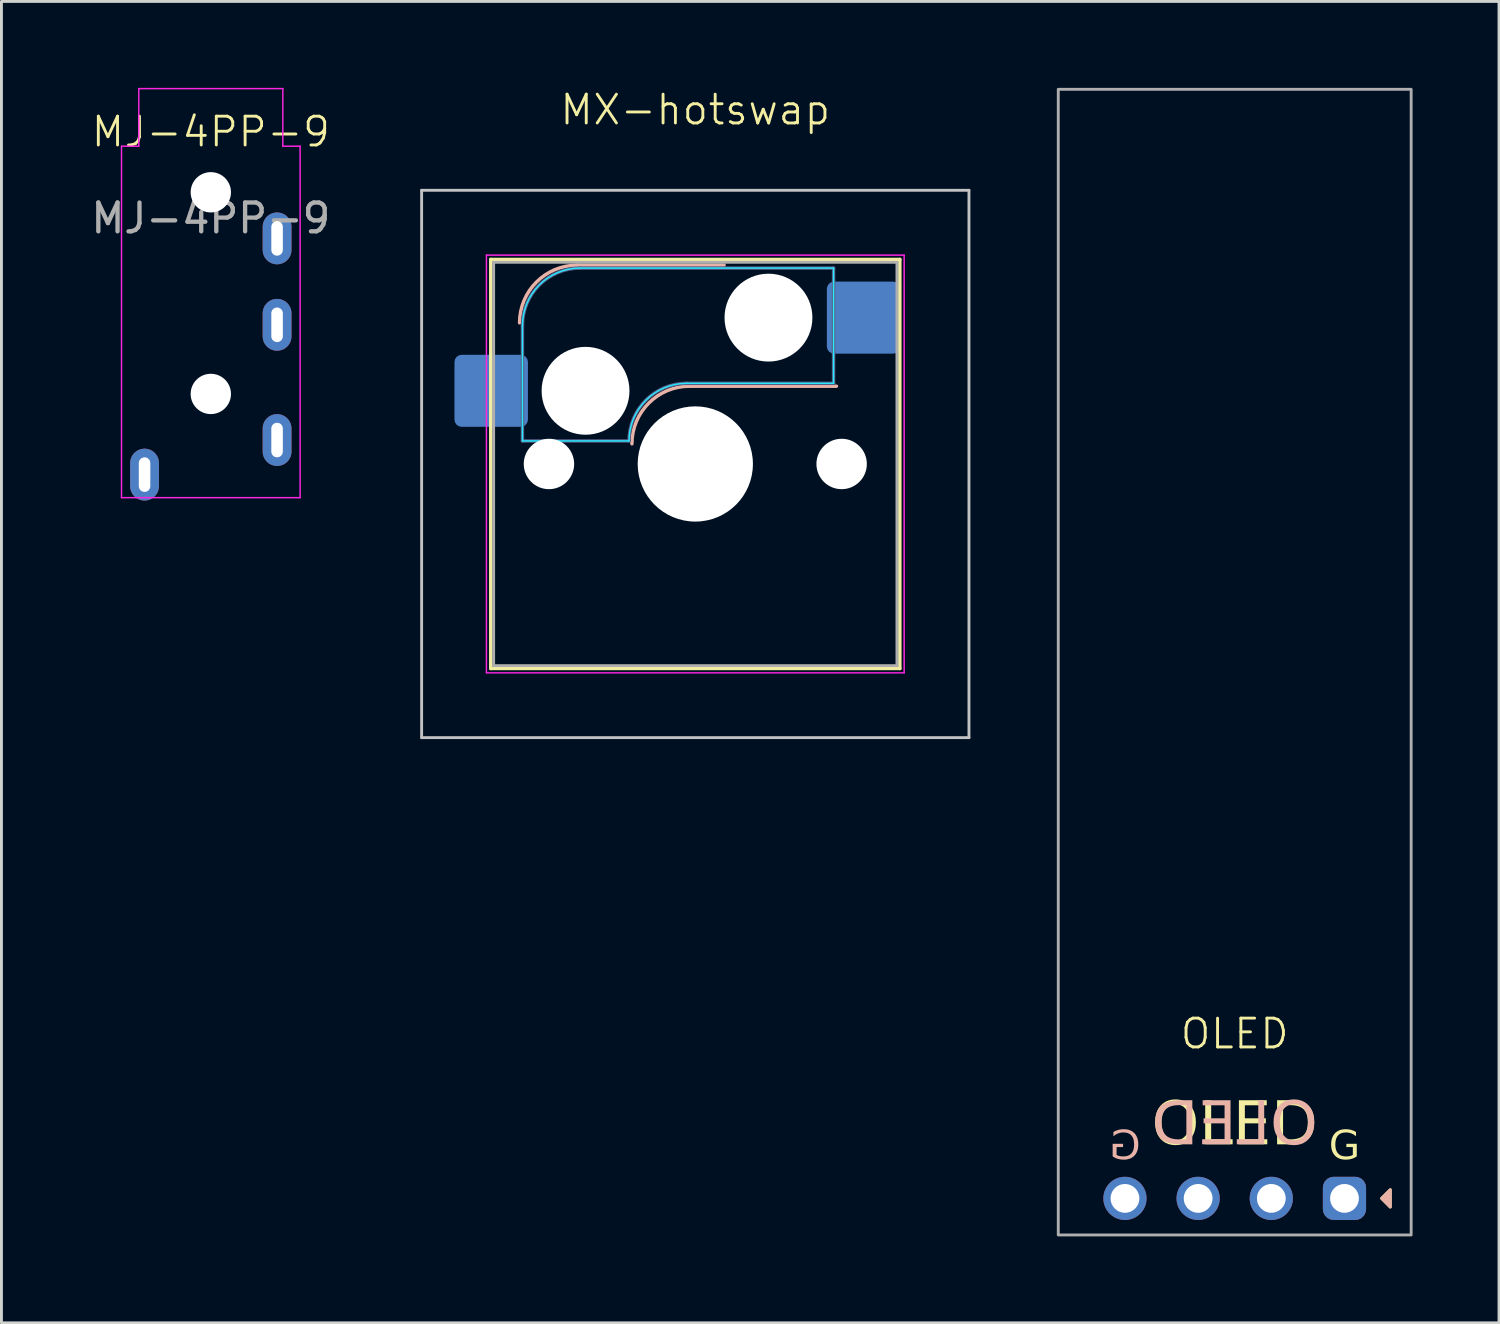
<source format=kicad_pcb>
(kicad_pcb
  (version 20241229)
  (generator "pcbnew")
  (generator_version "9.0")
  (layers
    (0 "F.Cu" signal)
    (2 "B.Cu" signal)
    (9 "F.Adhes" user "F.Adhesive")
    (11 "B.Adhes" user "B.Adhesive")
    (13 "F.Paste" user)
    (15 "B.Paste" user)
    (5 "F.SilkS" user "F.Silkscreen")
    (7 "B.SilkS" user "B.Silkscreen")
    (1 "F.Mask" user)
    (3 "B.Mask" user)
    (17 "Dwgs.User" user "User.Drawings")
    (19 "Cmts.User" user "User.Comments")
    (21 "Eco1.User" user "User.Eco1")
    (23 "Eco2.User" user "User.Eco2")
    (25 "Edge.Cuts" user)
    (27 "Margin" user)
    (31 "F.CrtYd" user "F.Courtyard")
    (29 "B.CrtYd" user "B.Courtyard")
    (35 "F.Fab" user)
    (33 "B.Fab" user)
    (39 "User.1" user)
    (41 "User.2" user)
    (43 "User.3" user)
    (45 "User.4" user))
  (footprint "OLED"
    (layer "F.Cu")
    (at 39.811 38.55)
    (property "Reference" "OLED" (at 0 -5.715 0) (unlocked yes) (layer "F.SilkS") (effects (font (size 1 1) (thickness 0.1))))
    (attr through_hole)
    (fp_poly (pts (xy 5.1 0) (xy 5.4 -0.3) (xy 5.4 0.3)) (stroke (width 0.1) (type solid)) (fill yes) (layer "F.SilkS"))
    (fp_poly (pts (xy 5.1 0) (xy 5.4 -0.3) (xy 5.4 0.3)) (stroke (width 0.1) (type solid)) (fill yes) (layer "B.SilkS"))
    (fp_rect (start -6.125 -38.5) (end 6.125 1.27) (stroke (width 0.1) (type default)) (fill no) (layer "F.Fab"))
    (fp_text user "OLED" (at 0 -2.5 0) (unlocked yes) (layer "F.SilkS") (effects (font (face "M+ 1c medium") (size 1.5 1.5) (thickness 0.15))))
    (fp_text user "G" (at 3.81 -1.778 0) (unlocked yes) (layer "F.SilkS") (effects (font (face "M+ 1c medium") (size 1 1) (thickness 0.15))))
    (fp_text user "OLED" (at 0 -2.5 0) (unlocked yes) (layer "B.SilkS") (effects (font (face "M+ 1c medium") (size 1.5 1.5) (thickness 0.15)) (justify mirror)))
    (fp_text user "G" (at -3.81 -1.778 0) (unlocked yes) (layer "B.SilkS") (effects (font (face "M+ 1c medium") (size 1 1) (thickness 0.15)) (justify mirror)))
    (pad "1" thru_hole circle (at -3.81 0) (size 1.5 1.5) (drill 1) (layers "*.Cu" "*.Mask"))
    (pad "2" thru_hole circle (at -1.27 0) (size 1.5 1.5) (drill 1) (layers "*.Cu" "*.Mask"))
    (pad "3" thru_hole circle (at 1.27 0) (size 1.5 1.5) (drill 1) (layers "*.Cu" "*.Mask"))
    (pad "4" thru_hole roundrect (at 3.81 0) (size 1.5 1.5) (drill 1) (layers "*.Cu" "*.Mask") (roundrect_rratio 0.25)))
  (footprint "MJ-4PP-9"
    (layer "F.Cu")
    (at 4.268 2.025)
    (property "Reference" "MJ-4PP-9" (at 0 -0.5 0) (unlocked yes) (layer "F.SilkS") (effects (font (size 1 1) (thickness 0.1))))
    (attr through_hole)
    (fp_line (start -3.1 12.2) (end -3.1 0) (stroke (width 0.05) (type default)) (layer "F.CrtYd"))
    (fp_line (start -2.5 -2) (end 2.5 -2) (stroke (width 0.05) (type default)) (layer "F.CrtYd"))
    (fp_line (start -2.5 0) (end -3.1 0) (stroke (width 0.05) (type default)) (layer "F.CrtYd"))
    (fp_line (start -2.5 0) (end -2.5 -2) (stroke (width 0.05) (type default)) (layer "F.CrtYd"))
    (fp_line (start 2.5 -2) (end 2.5 0) (stroke (width 0.05) (type default)) (layer "F.CrtYd"))
    (fp_line (start 2.5 0) (end 3.1 0) (stroke (width 0.05) (type default)) (layer "F.CrtYd"))
    (fp_line (start 3.1 0) (end 3.1 12.2) (stroke (width 0.05) (type default)) (layer "F.CrtYd"))
    (fp_line (start 3.1 12.2) (end -3.1 12.2) (stroke (width 0.05) (type default)) (layer "F.CrtYd"))
    (fp_text user "${REFERENCE}" (at 0 2.5 0) (unlocked yes) (layer "F.Fab") (effects (font (size 1 1) (thickness 0.15))))
    (pad "" np_thru_hole circle (at 0 1.6) (size 1.4 1.4) (drill 1.4) (layers "*.Cu" "*.Mask"))
    (pad "" np_thru_hole circle (at 0 8.6) (size 1.4 1.4) (drill 1.4) (layers "*.Cu" "*.Mask"))
    (pad "1" thru_hole oval (at -2.3 11.4) (size 1 1.8) (drill oval 0.4 1.2) (layers "*.Cu" "*.Mask"))
    (pad "2" thru_hole oval (at 2.3 10.2) (size 1 1.8) (drill oval 0.4 1.2) (layers "*.Cu" "*.Mask"))
    (pad "3" thru_hole oval (at 2.3 6.2) (size 1 1.8) (drill oval 0.4 1.2) (layers "*.Cu" "*.Mask"))
    (pad "4" thru_hole oval (at 2.3 3.2) (size 1 1.8) (drill oval 0.4 1.2) (layers "*.Cu" "*.Mask")))
  (footprint "MX-hotswap"
    (layer "F.Cu")
    (at 21.086 13.056)
    (property "Reference" "MX-hotswap" (at 0 -12.295 0) (unlocked yes) (layer "F.SilkS") (effects (font (size 1 1) (thickness 0.1))))
    (attr through_hole)
    (fp_line (start -7.1 -7.1) (end -7.1 7.1) (stroke (width 0.12) (type solid)) (layer "F.SilkS"))
    (fp_line (start -7.1 7.1) (end 7.1 7.1) (stroke (width 0.12) (type solid)) (layer "F.SilkS"))
    (fp_line (start 7.1 -7.1) (end -7.1 -7.1) (stroke (width 0.12) (type solid)) (layer "F.SilkS"))
    (fp_line (start 7.1 7.1) (end 7.1 -7.1) (stroke (width 0.12) (type solid)) (layer "F.SilkS"))
    (fp_line (start -4.1 -6.9) (end 1 -6.9) (stroke (width 0.12) (type solid)) (layer "B.SilkS"))
    (fp_line (start -0.2 -2.7) (end 4.9 -2.7) (stroke (width 0.12) (type solid)) (layer "B.SilkS"))
    (fp_arc (start -6.1 -4.9) (mid -5.514214 -6.314214) (end -4.1 -6.9) (stroke (width 0.12) (type solid)) (layer "B.SilkS"))
    (fp_arc (start -2.2 -0.7) (mid -1.614214 -2.114214) (end -0.2 -2.7) (stroke (width 0.12) (type solid)) (layer "B.SilkS"))
    (fp_line (start -9.5 -9.5) (end -9.5 9.5) (stroke (width 0.1) (type solid)) (layer "Dwgs.User"))
    (fp_line (start -9.5 9.5) (end 9.5 9.5) (stroke (width 0.1) (type solid)) (layer "Dwgs.User"))
    (fp_line (start 9.5 -9.5) (end -9.5 -9.5) (stroke (width 0.1) (type solid)) (layer "Dwgs.User"))
    (fp_line (start 9.5 9.5) (end 9.5 -9.5) (stroke (width 0.1) (type solid)) (layer "Dwgs.User"))
    (fp_line (start -7.8 -6) (end -7 -6) (stroke (width 0.1) (type solid)) (layer "Eco1.User"))
    (fp_line (start -7.8 -2.9) (end -7.8 -6) (stroke (width 0.1) (type solid)) (layer "Eco1.User"))
    (fp_line (start -7.8 2.9) (end -7 2.9) (stroke (width 0.1) (type solid)) (layer "Eco1.User"))
    (fp_line (start -7.8 6) (end -7.8 2.9) (stroke (width 0.1) (type solid)) (layer "Eco1.User"))
    (fp_line (start -7 -7) (end 7 -7) (stroke (width 0.1) (type solid)) (layer "Eco1.User"))
    (fp_line (start -7 -6) (end -7 -7) (stroke (width 0.1) (type solid)) (layer "Eco1.User"))
    (fp_line (start -7 -2.9) (end -7.8 -2.9) (stroke (width 0.1) (type solid)) (layer "Eco1.User"))
    (fp_line (start -7 2.9) (end -7 -2.9) (stroke (width 0.1) (type solid)) (layer "Eco1.User"))
    (fp_line (start -7 6) (end -7.8 6) (stroke (width 0.1) (type solid)) (layer "Eco1.User"))
    (fp_line (start -7 7) (end -7 6) (stroke (width 0.1) (type solid)) (layer "Eco1.User"))
    (fp_line (start 7 -7) (end 7 -6) (stroke (width 0.1) (type solid)) (layer "Eco1.User"))
    (fp_line (start 7 -6) (end 7.8 -6) (stroke (width 0.1) (type solid)) (layer "Eco1.User"))
    (fp_line (start 7 -2.9) (end 7 2.9) (stroke (width 0.1) (type solid)) (layer "Eco1.User"))
    (fp_line (start 7 2.9) (end 7.8 2.9) (stroke (width 0.1) (type solid)) (layer "Eco1.User"))
    (fp_line (start 7 6) (end 7 7) (stroke (width 0.1) (type solid)) (layer "Eco1.User"))
    (fp_line (start 7 7) (end -7 7) (stroke (width 0.1) (type solid)) (layer "Eco1.User"))
    (fp_line (start 7.8 -6) (end 7.8 -2.9) (stroke (width 0.1) (type solid)) (layer "Eco1.User"))
    (fp_line (start 7.8 -2.9) (end 7 -2.9) (stroke (width 0.1) (type solid)) (layer "Eco1.User"))
    (fp_line (start 7.8 2.9) (end 7.8 6) (stroke (width 0.1) (type solid)) (layer "Eco1.User"))
    (fp_line (start 7.8 6) (end 7 6) (stroke (width 0.1) (type solid)) (layer "Eco1.User"))
    (fp_line (start -6 -0.8) (end -6 -4.8) (stroke (width 0.05) (type solid)) (layer "B.CrtYd"))
    (fp_line (start -6 -0.8) (end -2.3 -0.8) (stroke (width 0.05) (type solid)) (layer "B.CrtYd"))
    (fp_line (start -4 -6.8) (end 4.8 -6.8) (stroke (width 0.05) (type solid)) (layer "B.CrtYd"))
    (fp_line (start -0.3 -2.8) (end 4.8 -2.8) (stroke (width 0.05) (type solid)) (layer "B.CrtYd"))
    (fp_line (start 4.8 -6.8) (end 4.8 -2.8) (stroke (width 0.05) (type solid)) (layer "B.CrtYd"))
    (fp_arc (start -6 -4.8) (mid -5.414214 -6.214214) (end -4 -6.8) (stroke (width 0.05) (type solid)) (layer "B.CrtYd"))
    (fp_arc (start -2.3 -0.8) (mid -1.714214 -2.214214) (end -0.3 -2.8) (stroke (width 0.05) (type solid)) (layer "B.CrtYd"))
    (fp_line (start -7.25 -7.25) (end -7.25 7.25) (stroke (width 0.05) (type solid)) (layer "F.CrtYd"))
    (fp_line (start -7.25 7.25) (end 7.25 7.25) (stroke (width 0.05) (type solid)) (layer "F.CrtYd"))
    (fp_line (start 7.25 -7.25) (end -7.25 -7.25) (stroke (width 0.05) (type solid)) (layer "F.CrtYd"))
    (fp_line (start 7.25 7.25) (end 7.25 -7.25) (stroke (width 0.05) (type solid)) (layer "F.CrtYd"))
    (fp_line (start -6 -0.8) (end -6 -4.8) (stroke (width 0.12) (type solid)) (layer "B.Fab"))
    (fp_line (start -6 -0.8) (end -2.3 -0.8) (stroke (width 0.12) (type solid)) (layer "B.Fab"))
    (fp_line (start -4 -6.8) (end 4.8 -6.8) (stroke (width 0.12) (type solid)) (layer "B.Fab"))
    (fp_line (start -0.3 -2.8) (end 4.8 -2.8) (stroke (width 0.12) (type solid)) (layer "B.Fab"))
    (fp_line (start 4.8 -6.8) (end 4.8 -2.8) (stroke (width 0.12) (type solid)) (layer "B.Fab"))
    (fp_arc (start -6 -4.8) (mid -5.414214 -6.214214) (end -4 -6.8) (stroke (width 0.12) (type solid)) (layer "B.Fab"))
    (fp_arc (start -2.3 -0.8) (mid -1.714214 -2.214214) (end -0.3 -2.8) (stroke (width 0.12) (type solid)) (layer "B.Fab"))
    (fp_line (start -7 -7) (end -7 7) (stroke (width 0.1) (type solid)) (layer "F.Fab"))
    (fp_line (start -7 7) (end 7 7) (stroke (width 0.1) (type solid)) (layer "F.Fab"))
    (fp_line (start 7 -7) (end -7 -7) (stroke (width 0.1) (type solid)) (layer "F.Fab"))
    (fp_line (start 7 7) (end 7 -7) (stroke (width 0.1) (type solid)) (layer "F.Fab"))
    (pad "" np_thru_hole circle (at -5.08 0) (size 1.75 1.75) (drill 1.75) (layers "*.Cu" "*.Mask"))
    (pad "" np_thru_hole circle (at -3.81 -2.54) (size 3.05 3.05) (drill 3.05) (layers "*.Cu" "*.Mask"))
    (pad "" np_thru_hole circle (at 0 0) (size 4 4) (drill 4) (layers "*.Cu" "*.Mask"))
    (pad "" np_thru_hole circle (at 2.54 -5.08) (size 3.05 3.05) (drill 3.05) (layers "*.Cu" "*.Mask"))
    (pad "" np_thru_hole circle (at 5.08 0) (size 1.75 1.75) (drill 1.75) (layers "*.Cu" "*.Mask"))
    (pad "1" smd roundrect (at -7.085 -2.54) (size 2.55 2.5) (layers "B.Cu" "B.Mask" "B.Paste") (roundrect_rratio 0.1))
    (pad "2" smd roundrect (at 5.842 -5.08) (size 2.55 2.5) (layers "B.Cu" "B.Mask" "B.Paste") (roundrect_rratio 0.1)))
  (gr_rect
    (start -3 -3)
    (end 48.986 42.87)
    (stroke (width 0.1) (type default))
    (fill no)
    (layer "Edge.Cuts")))
</source>
